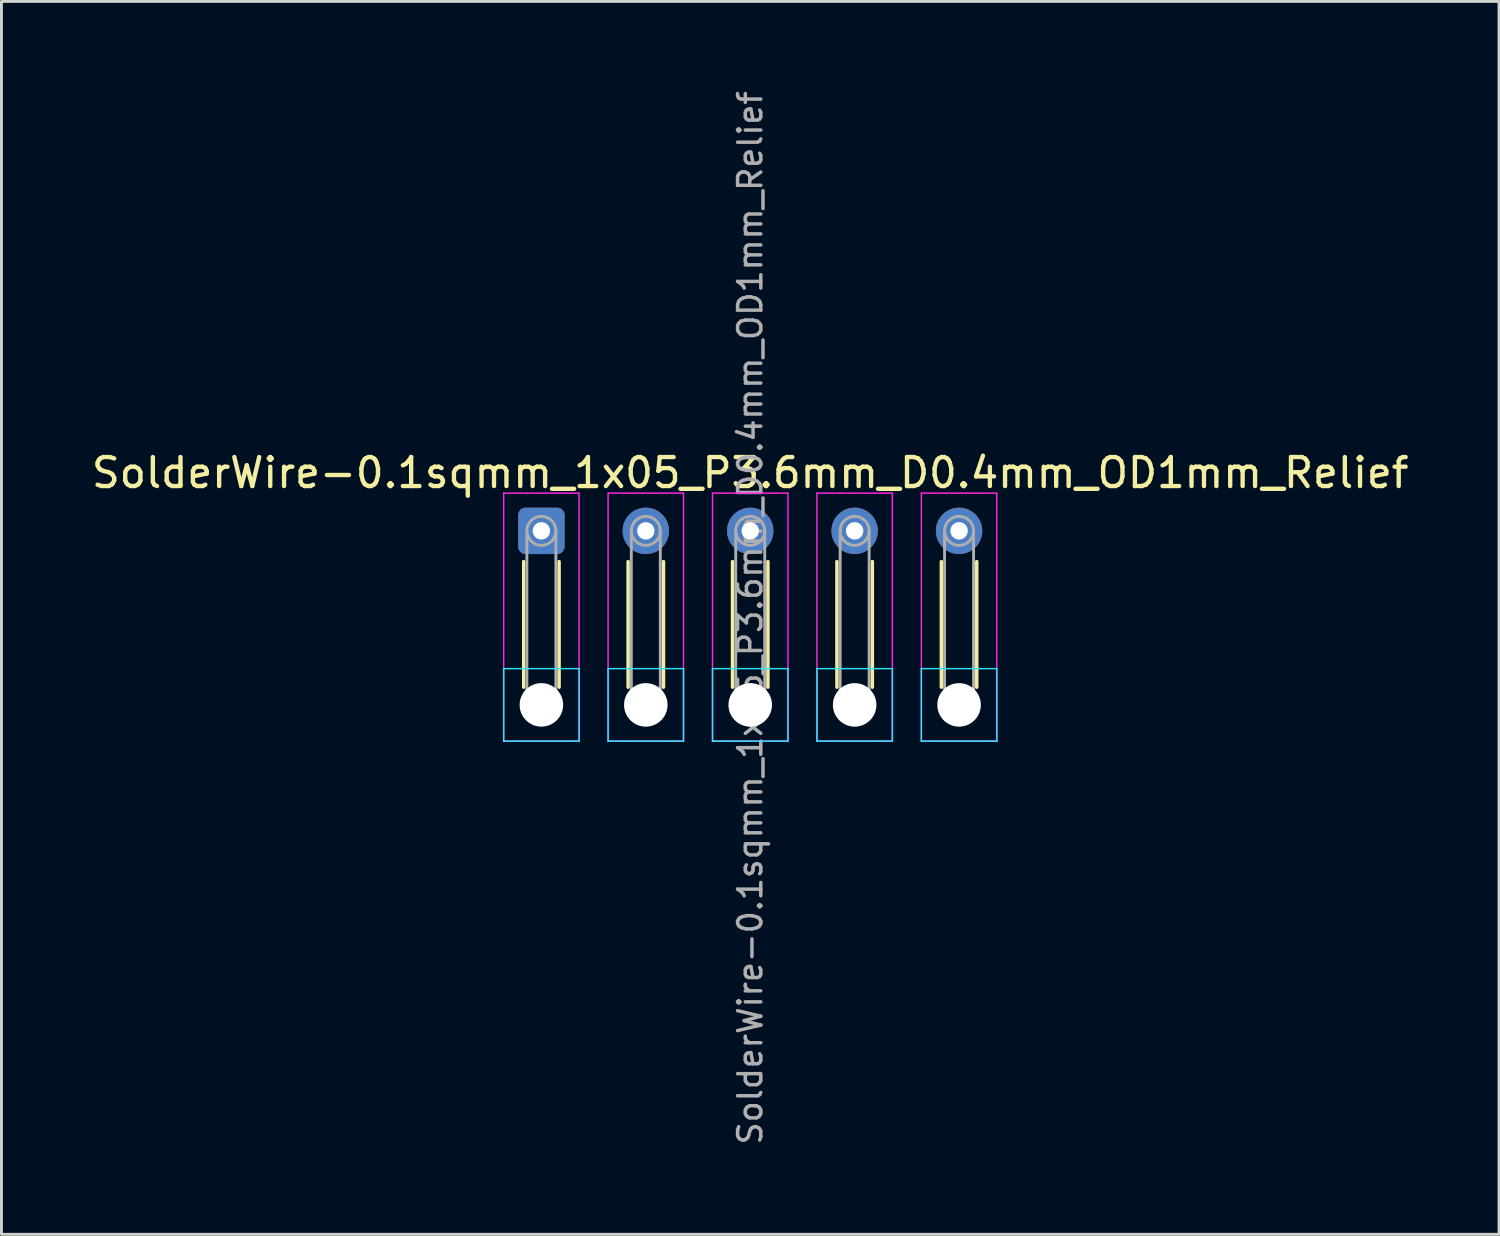
<source format=kicad_pcb>
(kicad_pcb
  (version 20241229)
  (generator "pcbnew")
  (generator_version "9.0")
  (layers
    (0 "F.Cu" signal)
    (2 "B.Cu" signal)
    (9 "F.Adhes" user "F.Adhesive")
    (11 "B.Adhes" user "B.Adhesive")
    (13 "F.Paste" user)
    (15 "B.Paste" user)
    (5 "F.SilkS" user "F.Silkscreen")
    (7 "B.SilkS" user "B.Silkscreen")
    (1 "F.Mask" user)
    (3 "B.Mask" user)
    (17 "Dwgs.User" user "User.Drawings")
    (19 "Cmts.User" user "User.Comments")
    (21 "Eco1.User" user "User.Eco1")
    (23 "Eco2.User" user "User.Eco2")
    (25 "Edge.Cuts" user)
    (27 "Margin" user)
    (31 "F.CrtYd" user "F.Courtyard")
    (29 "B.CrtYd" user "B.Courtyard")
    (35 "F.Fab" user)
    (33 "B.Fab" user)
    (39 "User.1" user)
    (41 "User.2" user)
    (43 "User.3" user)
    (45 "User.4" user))
  (footprint "SolderWire-0.1sqmm_1x05_P3.6mm_D0.4mm_OD1mm_Relief"
    (layer "F.Cu")
    (at 15.615 15.252)
    (property "Reference" "SolderWire-0.1sqmm_1x05_P3.6mm_D0.4mm_OD1mm_Relief" (at 7.2 -2 0) (layer "F.SilkS") (effects (font (size 1 1) (thickness 0.15))))
    (attr exclude_from_pos_files exclude_from_bom)
    (fp_line (start -0.61 1.06) (end -0.61 5.39) (stroke (width 0.12) (type solid)) (layer "F.SilkS"))
    (fp_line (start 0.61 1.06) (end 0.61 5.39) (stroke (width 0.12) (type solid)) (layer "F.SilkS"))
    (fp_line (start 2.99 1.06) (end 2.99 5.39) (stroke (width 0.12) (type solid)) (layer "F.SilkS"))
    (fp_line (start 4.21 1.06) (end 4.21 5.39) (stroke (width 0.12) (type solid)) (layer "F.SilkS"))
    (fp_line (start 6.59 1.06) (end 6.59 5.39) (stroke (width 0.12) (type solid)) (layer "F.SilkS"))
    (fp_line (start 7.81 1.06) (end 7.81 5.39) (stroke (width 0.12) (type solid)) (layer "F.SilkS"))
    (fp_line (start 10.19 1.06) (end 10.19 5.39) (stroke (width 0.12) (type solid)) (layer "F.SilkS"))
    (fp_line (start 11.41 1.06) (end 11.41 5.39) (stroke (width 0.12) (type solid)) (layer "F.SilkS"))
    (fp_line (start 13.79 1.06) (end 13.79 5.39) (stroke (width 0.12) (type solid)) (layer "F.SilkS"))
    (fp_line (start 15.01 1.06) (end 15.01 5.39) (stroke (width 0.12) (type solid)) (layer "F.SilkS"))
    (fp_line (start -1.3 4.75) (end -1.3 7.25) (stroke (width 0.05) (type solid)) (layer "B.CrtYd"))
    (fp_line (start -1.3 7.25) (end 1.3 7.25) (stroke (width 0.05) (type solid)) (layer "B.CrtYd"))
    (fp_line (start 1.3 4.75) (end -1.3 4.75) (stroke (width 0.05) (type solid)) (layer "B.CrtYd"))
    (fp_line (start 1.3 7.25) (end 1.3 4.75) (stroke (width 0.05) (type solid)) (layer "B.CrtYd"))
    (fp_line (start 2.3 4.75) (end 2.3 7.25) (stroke (width 0.05) (type solid)) (layer "B.CrtYd"))
    (fp_line (start 2.3 7.25) (end 4.9 7.25) (stroke (width 0.05) (type solid)) (layer "B.CrtYd"))
    (fp_line (start 4.9 4.75) (end 2.3 4.75) (stroke (width 0.05) (type solid)) (layer "B.CrtYd"))
    (fp_line (start 4.9 7.25) (end 4.9 4.75) (stroke (width 0.05) (type solid)) (layer "B.CrtYd"))
    (fp_line (start 5.9 4.75) (end 5.9 7.25) (stroke (width 0.05) (type solid)) (layer "B.CrtYd"))
    (fp_line (start 5.9 7.25) (end 8.5 7.25) (stroke (width 0.05) (type solid)) (layer "B.CrtYd"))
    (fp_line (start 8.5 4.75) (end 5.9 4.75) (stroke (width 0.05) (type solid)) (layer "B.CrtYd"))
    (fp_line (start 8.5 7.25) (end 8.5 4.75) (stroke (width 0.05) (type solid)) (layer "B.CrtYd"))
    (fp_line (start 9.5 4.75) (end 9.5 7.25) (stroke (width 0.05) (type solid)) (layer "B.CrtYd"))
    (fp_line (start 9.5 7.25) (end 12.1 7.25) (stroke (width 0.05) (type solid)) (layer "B.CrtYd"))
    (fp_line (start 12.1 4.75) (end 9.5 4.75) (stroke (width 0.05) (type solid)) (layer "B.CrtYd"))
    (fp_line (start 12.1 7.25) (end 12.1 4.75) (stroke (width 0.05) (type solid)) (layer "B.CrtYd"))
    (fp_line (start 13.1 4.75) (end 13.1 7.25) (stroke (width 0.05) (type solid)) (layer "B.CrtYd"))
    (fp_line (start 13.1 7.25) (end 15.7 7.25) (stroke (width 0.05) (type solid)) (layer "B.CrtYd"))
    (fp_line (start 15.7 4.75) (end 13.1 4.75) (stroke (width 0.05) (type solid)) (layer "B.CrtYd"))
    (fp_line (start 15.7 7.25) (end 15.7 4.75) (stroke (width 0.05) (type solid)) (layer "B.CrtYd"))
    (fp_line (start -1.3 -1.3) (end -1.3 7.25) (stroke (width 0.05) (type solid)) (layer "F.CrtYd"))
    (fp_line (start -1.3 7.25) (end 1.3 7.25) (stroke (width 0.05) (type solid)) (layer "F.CrtYd"))
    (fp_line (start 1.3 -1.3) (end -1.3 -1.3) (stroke (width 0.05) (type solid)) (layer "F.CrtYd"))
    (fp_line (start 1.3 7.25) (end 1.3 -1.3) (stroke (width 0.05) (type solid)) (layer "F.CrtYd"))
    (fp_line (start 2.3 -1.3) (end 2.3 7.25) (stroke (width 0.05) (type solid)) (layer "F.CrtYd"))
    (fp_line (start 2.3 7.25) (end 4.9 7.25) (stroke (width 0.05) (type solid)) (layer "F.CrtYd"))
    (fp_line (start 4.9 -1.3) (end 2.3 -1.3) (stroke (width 0.05) (type solid)) (layer "F.CrtYd"))
    (fp_line (start 4.9 7.25) (end 4.9 -1.3) (stroke (width 0.05) (type solid)) (layer "F.CrtYd"))
    (fp_line (start 5.9 -1.3) (end 5.9 7.25) (stroke (width 0.05) (type solid)) (layer "F.CrtYd"))
    (fp_line (start 5.9 7.25) (end 8.5 7.25) (stroke (width 0.05) (type solid)) (layer "F.CrtYd"))
    (fp_line (start 8.5 -1.3) (end 5.9 -1.3) (stroke (width 0.05) (type solid)) (layer "F.CrtYd"))
    (fp_line (start 8.5 7.25) (end 8.5 -1.3) (stroke (width 0.05) (type solid)) (layer "F.CrtYd"))
    (fp_line (start 9.5 -1.3) (end 9.5 7.25) (stroke (width 0.05) (type solid)) (layer "F.CrtYd"))
    (fp_line (start 9.5 7.25) (end 12.1 7.25) (stroke (width 0.05) (type solid)) (layer "F.CrtYd"))
    (fp_line (start 12.1 -1.3) (end 9.5 -1.3) (stroke (width 0.05) (type solid)) (layer "F.CrtYd"))
    (fp_line (start 12.1 7.25) (end 12.1 -1.3) (stroke (width 0.05) (type solid)) (layer "F.CrtYd"))
    (fp_line (start 13.1 -1.3) (end 13.1 7.25) (stroke (width 0.05) (type solid)) (layer "F.CrtYd"))
    (fp_line (start 13.1 7.25) (end 15.7 7.25) (stroke (width 0.05) (type solid)) (layer "F.CrtYd"))
    (fp_line (start 15.7 -1.3) (end 13.1 -1.3) (stroke (width 0.05) (type solid)) (layer "F.CrtYd"))
    (fp_line (start 15.7 7.25) (end 15.7 -1.3) (stroke (width 0.05) (type solid)) (layer "F.CrtYd"))
    (fp_line (start -0.5 0) (end -0.5 6) (stroke (width 0.1) (type solid)) (layer "F.Fab"))
    (fp_line (start 0.5 0) (end 0.5 6) (stroke (width 0.1) (type solid)) (layer "F.Fab"))
    (fp_line (start 3.1 0) (end 3.1 6) (stroke (width 0.1) (type solid)) (layer "F.Fab"))
    (fp_line (start 4.1 0) (end 4.1 6) (stroke (width 0.1) (type solid)) (layer "F.Fab"))
    (fp_line (start 6.7 0) (end 6.7 6) (stroke (width 0.1) (type solid)) (layer "F.Fab"))
    (fp_line (start 7.7 0) (end 7.7 6) (stroke (width 0.1) (type solid)) (layer "F.Fab"))
    (fp_line (start 10.3 0) (end 10.3 6) (stroke (width 0.1) (type solid)) (layer "F.Fab"))
    (fp_line (start 11.3 0) (end 11.3 6) (stroke (width 0.1) (type solid)) (layer "F.Fab"))
    (fp_line (start 13.9 0) (end 13.9 6) (stroke (width 0.1) (type solid)) (layer "F.Fab"))
    (fp_line (start 14.9 0) (end 14.9 6) (stroke (width 0.1) (type solid)) (layer "F.Fab"))
    (fp_circle (center 0 0) (end 0.5 0) (stroke (width 0.1) (type solid)) (fill no) (layer "F.Fab"))
    (fp_circle (center 0 6) (end 0.5 6) (stroke (width 0.1) (type solid)) (fill no) (layer "F.Fab"))
    (fp_circle (center 3.6 0) (end 4.1 0) (stroke (width 0.1) (type solid)) (fill no) (layer "F.Fab"))
    (fp_circle (center 3.6 6) (end 4.1 6) (stroke (width 0.1) (type solid)) (fill no) (layer "F.Fab"))
    (fp_circle (center 7.2 0) (end 7.7 0) (stroke (width 0.1) (type solid)) (fill no) (layer "F.Fab"))
    (fp_circle (center 7.2 6) (end 7.7 6) (stroke (width 0.1) (type solid)) (fill no) (layer "F.Fab"))
    (fp_circle (center 10.8 0) (end 11.3 0) (stroke (width 0.1) (type solid)) (fill no) (layer "F.Fab"))
    (fp_circle (center 10.8 6) (end 11.3 6) (stroke (width 0.1) (type solid)) (fill no) (layer "F.Fab"))
    (fp_circle (center 14.4 0) (end 14.9 0) (stroke (width 0.1) (type solid)) (fill no) (layer "F.Fab"))
    (fp_circle (center 14.4 6) (end 14.9 6) (stroke (width 0.1) (type solid)) (fill no) (layer "F.Fab"))
    (fp_text user "${REFERENCE}" (at 7.2 3 90) (layer "F.Fab") (effects (font (size 0.8 0.8) (thickness 0.12))))
    (pad "" np_thru_hole circle (at 0 6) (size 1.5 1.5) (drill 1.5) (layers "*.Cu" "*.Mask"))
    (pad "" np_thru_hole circle (at 3.6 6) (size 1.5 1.5) (drill 1.5) (layers "*.Cu" "*.Mask"))
    (pad "" np_thru_hole circle (at 7.2 6) (size 1.5 1.5) (drill 1.5) (layers "*.Cu" "*.Mask"))
    (pad "" np_thru_hole circle (at 10.8 6) (size 1.5 1.5) (drill 1.5) (layers "*.Cu" "*.Mask"))
    (pad "" np_thru_hole circle (at 14.4 6) (size 1.5 1.5) (drill 1.5) (layers "*.Cu" "*.Mask"))
    (pad "1" thru_hole roundrect (at 0 0) (size 1.6 1.6) (drill 0.6) (layers "*.Cu" "*.Mask") (roundrect_rratio 0.156))
    (pad "2" thru_hole circle (at 3.6 0) (size 1.6 1.6) (drill 0.6) (layers "*.Cu" "*.Mask"))
    (pad "3" thru_hole circle (at 7.2 0) (size 1.6 1.6) (drill 0.6) (layers "*.Cu" "*.Mask"))
    (pad "4" thru_hole circle (at 10.8 0) (size 1.6 1.6) (drill 0.6) (layers "*.Cu" "*.Mask"))
    (pad "5" thru_hole circle (at 14.4 0) (size 1.6 1.6) (drill 0.6) (layers "*.Cu" "*.Mask")))
  (gr_rect
    (start -3 -3)
    (end 48.631 39.505)
    (stroke (width 0.1) (type default))
    (fill no)
    (layer "Edge.Cuts")))
</source>
